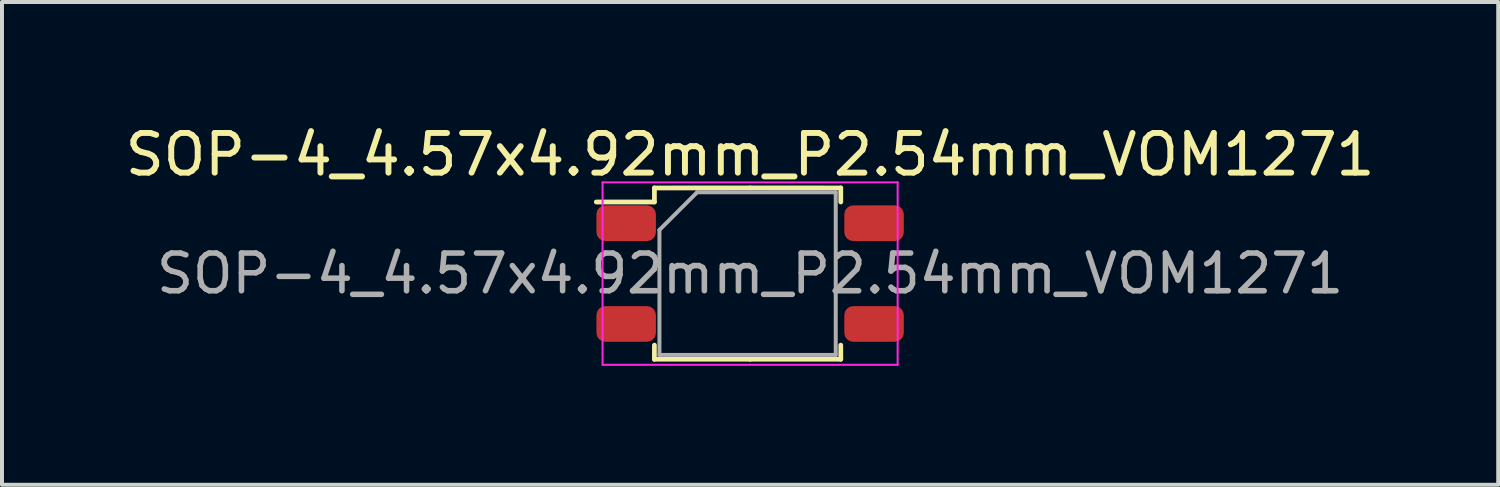
<source format=kicad_pcb>
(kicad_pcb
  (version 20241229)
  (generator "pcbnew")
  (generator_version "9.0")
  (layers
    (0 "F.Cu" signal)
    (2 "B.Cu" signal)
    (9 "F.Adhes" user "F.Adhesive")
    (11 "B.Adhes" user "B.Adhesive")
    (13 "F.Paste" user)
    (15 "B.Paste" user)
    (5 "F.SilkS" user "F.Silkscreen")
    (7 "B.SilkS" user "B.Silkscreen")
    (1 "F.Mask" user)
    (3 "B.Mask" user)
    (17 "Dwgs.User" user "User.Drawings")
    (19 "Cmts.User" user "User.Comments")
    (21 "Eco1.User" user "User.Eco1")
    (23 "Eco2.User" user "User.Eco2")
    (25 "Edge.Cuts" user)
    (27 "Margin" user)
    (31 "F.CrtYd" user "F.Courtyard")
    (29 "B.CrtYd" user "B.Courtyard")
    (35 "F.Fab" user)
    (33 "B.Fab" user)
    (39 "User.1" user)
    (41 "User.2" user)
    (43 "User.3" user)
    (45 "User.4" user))
  (footprint "SOP-4_4.57x4.92mm_P2.54mm_VOM1271"
    (layer "F.Cu")
    (at 15.863 3.848)
    (property "Reference" "SOP-4_4.57x4.92mm_P2.54mm_VOM1271" (at 0 -3 0) (layer "F.SilkS") (effects (font (size 1 1) (thickness 0.15))))
    (attr smd)
    (fp_line (start -2.413 -2.16) (end -2.413 -1.805) (stroke (width 0.12) (type solid)) (layer "F.SilkS"))
    (fp_line (start -2.413 -1.805) (end -3.878 -1.805) (stroke (width 0.12) (type solid)) (layer "F.SilkS"))
    (fp_line (start -2.413 2.16) (end -2.413 1.805) (stroke (width 0.12) (type solid)) (layer "F.SilkS"))
    (fp_line (start 0 -2.16) (end -2.413 -2.159) (stroke (width 0.12) (type solid)) (layer "F.SilkS"))
    (fp_line (start 0 -2.16) (end 2.286 -2.159) (stroke (width 0.12) (type solid)) (layer "F.SilkS"))
    (fp_line (start 0 2.16) (end -2.413 2.159) (stroke (width 0.12) (type solid)) (layer "F.SilkS"))
    (fp_line (start 0 2.16) (end 2.286 2.16) (stroke (width 0.12) (type solid)) (layer "F.SilkS"))
    (fp_line (start 2.286 -2.16) (end 2.286 -1.805) (stroke (width 0.12) (type solid)) (layer "F.SilkS"))
    (fp_line (start 2.286 2.16) (end 2.286 1.805) (stroke (width 0.12) (type solid)) (layer "F.SilkS"))
    (fp_line (start -3.72 -2.3) (end -3.72 2.3) (stroke (width 0.05) (type solid)) (layer "F.CrtYd"))
    (fp_line (start -3.72 2.3) (end 3.72 2.3) (stroke (width 0.05) (type solid)) (layer "F.CrtYd"))
    (fp_line (start 3.72 -2.3) (end -3.72 -2.3) (stroke (width 0.05) (type solid)) (layer "F.CrtYd"))
    (fp_line (start 3.72 2.3) (end 3.72 -2.3) (stroke (width 0.05) (type solid)) (layer "F.CrtYd"))
    (fp_line (start -2.286 -1.1) (end -1.336 -2.05) (stroke (width 0.1) (type solid)) (layer "F.Fab"))
    (fp_line (start -2.286 2.05) (end -2.286 -1.1) (stroke (width 0.1) (type solid)) (layer "F.Fab"))
    (fp_line (start -1.336 -2.05) (end 2.159 -2.05) (stroke (width 0.1) (type solid)) (layer "F.Fab"))
    (fp_line (start 2.159 -2.05) (end 2.159 2.05) (stroke (width 0.1) (type solid)) (layer "F.Fab"))
    (fp_line (start 2.159 2.05) (end -2.286 2.05) (stroke (width 0.1) (type solid)) (layer "F.Fab"))
    (fp_text user "${REFERENCE}" (at 0 0 0) (layer "F.Fab") (effects (font (size 0.95 0.95) (thickness 0.14))))
    (pad "1" smd roundrect (at -3.125 -1.27) (size 1.5 0.9) (layers "F.Cu" "F.Mask" "F.Paste") (roundrect_rratio 0.25))
    (pad "2" smd roundrect (at -3.125 1.27) (size 1.5 0.9) (layers "F.Cu" "F.Mask" "F.Paste") (roundrect_rratio 0.25))
    (pad "3" smd roundrect (at 3.125 1.27) (size 1.5 0.9) (layers "F.Cu" "F.Mask" "F.Paste") (roundrect_rratio 0.25))
    (pad "4" smd roundrect (at 3.125 -1.27) (size 1.5 0.9) (layers "F.Cu" "F.Mask" "F.Paste") (roundrect_rratio 0.25)))
  (gr_rect
    (start -3 -3)
    (end 34.726 9.173)
    (stroke (width 0.1) (type default))
    (fill no)
    (layer "Edge.Cuts")))
</source>
